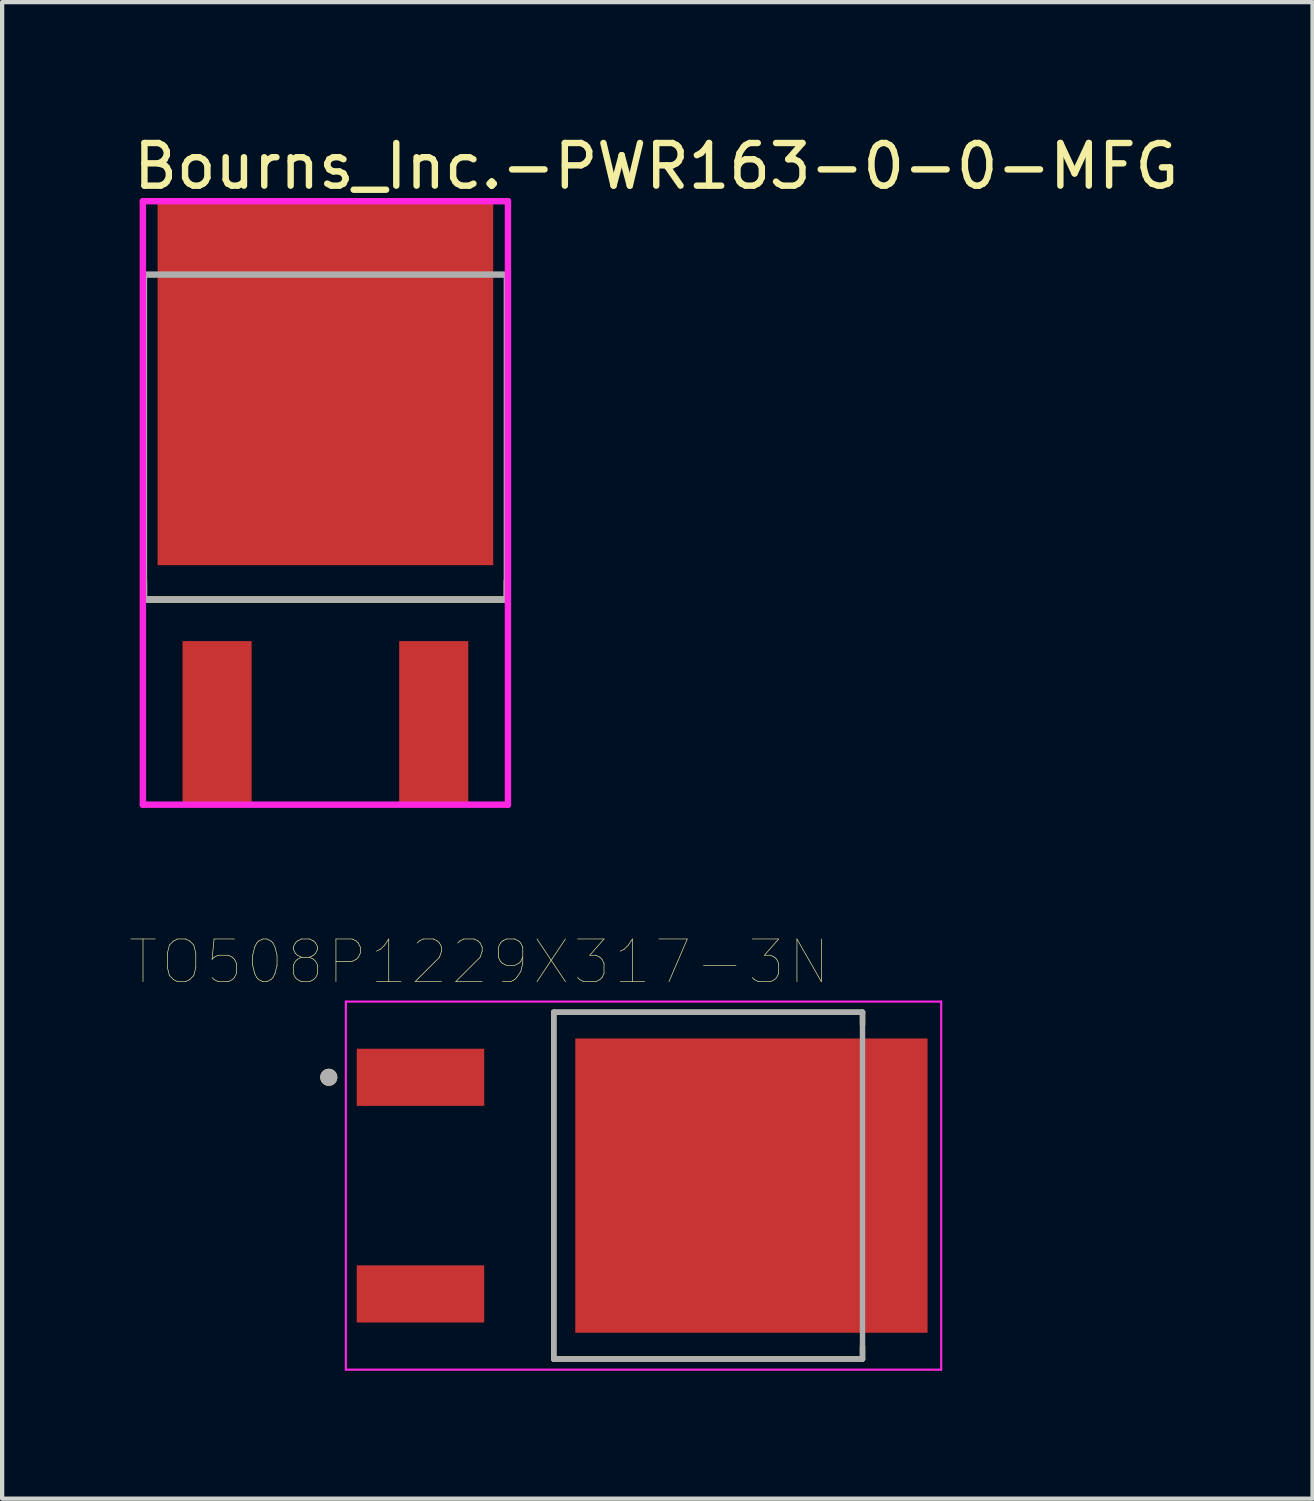
<source format=kicad_pcb>
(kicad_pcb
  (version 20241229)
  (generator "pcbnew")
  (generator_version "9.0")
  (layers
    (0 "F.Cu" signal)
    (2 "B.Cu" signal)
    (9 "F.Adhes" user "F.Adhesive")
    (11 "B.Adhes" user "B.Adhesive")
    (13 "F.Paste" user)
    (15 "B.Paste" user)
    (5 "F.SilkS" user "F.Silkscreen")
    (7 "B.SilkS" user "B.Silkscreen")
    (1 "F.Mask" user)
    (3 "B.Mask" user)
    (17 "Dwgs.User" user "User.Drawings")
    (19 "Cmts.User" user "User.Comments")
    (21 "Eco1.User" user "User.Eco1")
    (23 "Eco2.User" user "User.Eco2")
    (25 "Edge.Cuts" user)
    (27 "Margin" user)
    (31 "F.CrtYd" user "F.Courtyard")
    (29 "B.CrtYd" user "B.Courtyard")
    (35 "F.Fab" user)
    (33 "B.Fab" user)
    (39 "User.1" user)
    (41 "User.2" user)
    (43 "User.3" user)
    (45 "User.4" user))
  (footprint "TO508P1229X317-3N"
    (layer "F.Cu")
    (at 12.009 24.75)
    (property "Reference" "TO508P1229X317-3N" (at -3.825 -5.245 0) (layer "F.SilkS") (effects (font (size 1 1) (thickness 0.015))))
    (attr through_hole)
    (fp_line (start -2.075 -4.065) (end 5.165 -4.065) (stroke (width 0.127) (type solid)) (layer "F.SilkS"))
    (fp_line (start -2.075 4.065) (end -2.075 -4.065) (stroke (width 0.127) (type solid)) (layer "F.SilkS"))
    (fp_line (start 5.165 -4.065) (end 5.165 -3.77) (stroke (width 0.127) (type solid)) (layer "F.SilkS"))
    (fp_line (start 5.165 4.065) (end -2.075 4.065) (stroke (width 0.127) (type solid)) (layer "F.SilkS"))
    (fp_line (start 5.165 4.065) (end 5.165 3.77) (stroke (width 0.127) (type solid)) (layer "F.SilkS"))
    (fp_circle (center -7.35 -2.54) (end -7.25 -2.54) (stroke (width 0.2) (type solid)) (fill no) (layer "F.SilkS"))
    (fp_poly (pts (xy -1.235 -2.99) (xy 0.145 -2.99) (xy 0.145 -1.61) (xy -1.235 -1.61)) (stroke (width 0.01) (type solid)) (fill yes) (layer "F.Paste"))
    (fp_poly (pts (xy -1.235 -0.69) (xy 0.145 -0.69) (xy 0.145 0.69) (xy -1.235 0.69)) (stroke (width 0.01) (type solid)) (fill yes) (layer "F.Paste"))
    (fp_poly (pts (xy -1.235 1.61) (xy 0.145 1.61) (xy 0.145 2.99) (xy -1.235 2.99)) (stroke (width 0.01) (type solid)) (fill yes) (layer "F.Paste"))
    (fp_poly (pts (xy 0.835 -2.99) (xy 2.215 -2.99) (xy 2.215 -1.61) (xy 0.835 -1.61)) (stroke (width 0.01) (type solid)) (fill yes) (layer "F.Paste"))
    (fp_poly (pts (xy 0.835 -0.69) (xy 2.215 -0.69) (xy 2.215 0.69) (xy 0.835 0.69)) (stroke (width 0.01) (type solid)) (fill yes) (layer "F.Paste"))
    (fp_poly (pts (xy 0.835 1.61) (xy 2.215 1.61) (xy 2.215 2.99) (xy 0.835 2.99)) (stroke (width 0.01) (type solid)) (fill yes) (layer "F.Paste"))
    (fp_poly (pts (xy 2.905 -2.99) (xy 4.285 -2.99) (xy 4.285 -1.61) (xy 2.905 -1.61)) (stroke (width 0.01) (type solid)) (fill yes) (layer "F.Paste"))
    (fp_poly (pts (xy 2.905 -0.69) (xy 4.285 -0.69) (xy 4.285 0.69) (xy 2.905 0.69)) (stroke (width 0.01) (type solid)) (fill yes) (layer "F.Paste"))
    (fp_poly (pts (xy 2.905 1.61) (xy 4.285 1.61) (xy 4.285 2.99) (xy 2.905 2.99)) (stroke (width 0.01) (type solid)) (fill yes) (layer "F.Paste"))
    (fp_poly (pts (xy 4.975 -2.99) (xy 6.355 -2.99) (xy 6.355 -1.61) (xy 4.975 -1.61)) (stroke (width 0.01) (type solid)) (fill yes) (layer "F.Paste"))
    (fp_poly (pts (xy 4.975 -0.69) (xy 6.355 -0.69) (xy 6.355 0.69) (xy 4.975 0.69)) (stroke (width 0.01) (type solid)) (fill yes) (layer "F.Paste"))
    (fp_poly (pts (xy 4.975 1.61) (xy 6.355 1.61) (xy 6.355 2.99) (xy 4.975 2.99)) (stroke (width 0.01) (type solid)) (fill yes) (layer "F.Paste"))
    (fp_line (start -6.95 -4.315) (end 7.01 -4.315) (stroke (width 0.05) (type solid)) (layer "F.CrtYd"))
    (fp_line (start -6.95 4.315) (end -6.95 -4.315) (stroke (width 0.05) (type solid)) (layer "F.CrtYd"))
    (fp_line (start 7.01 -4.315) (end 7.01 4.315) (stroke (width 0.05) (type solid)) (layer "F.CrtYd"))
    (fp_line (start 7.01 4.315) (end -6.95 4.315) (stroke (width 0.05) (type solid)) (layer "F.CrtYd"))
    (fp_line (start -2.075 -4.065) (end 5.165 -4.065) (stroke (width 0.127) (type solid)) (layer "F.Fab"))
    (fp_line (start -2.075 4.065) (end -2.075 -4.065) (stroke (width 0.127) (type solid)) (layer "F.Fab"))
    (fp_line (start 5.165 -4.065) (end 5.165 4.065) (stroke (width 0.127) (type solid)) (layer "F.Fab"))
    (fp_line (start 5.165 4.065) (end -2.075 4.065) (stroke (width 0.127) (type solid)) (layer "F.Fab"))
    (fp_circle (center -7.35 -2.54) (end -7.25 -2.54) (stroke (width 0.2) (type solid)) (fill no) (layer "F.Fab"))
    (pad "1" smd rect (at -5.2 -2.54) (size 2.99 1.34) (layers "F.Cu" "F.Mask" "F.Paste"))
    (pad "2" smd rect (at -5.2 2.54) (size 2.99 1.34) (layers "F.Cu" "F.Mask" "F.Paste"))
    (pad "3" smd rect (at 2.56 0) (size 8.26 6.9) (layers "F.Cu" "F.Mask")))
  (footprint "Bourns_Inc.-PWR163-0-0-MFG"
    (layer "F.Cu")
    (at 4.58 8.743)
    (property "Reference" "Bourns_Inc.-PWR163-0-0-MFG" (at -4.58 -7.895 0) (layer "F.SilkS") (effects (font (size 1 1) (thickness 0.15)) (justify left)))
    (attr through_hole)
    (fp_line (start -4.255 2.265) (end -4.255 1.835) (stroke (width 0.15) (type solid)) (layer "F.SilkS"))
    (fp_line (start -4.255 2.265) (end 4.255 2.265) (stroke (width 0.15) (type solid)) (layer "F.SilkS"))
    (fp_line (start 4.255 2.265) (end 4.255 1.835) (stroke (width 0.15) (type solid)) (layer "F.SilkS"))
    (fp_line (start -4.28 -7.075) (end -4.28 7.075) (stroke (width 0.15) (type solid)) (layer "F.CrtYd"))
    (fp_line (start -4.28 7.075) (end 4.28 7.075) (stroke (width 0.15) (type solid)) (layer "F.CrtYd"))
    (fp_line (start 4.28 -7.075) (end -4.28 -7.075) (stroke (width 0.15) (type solid)) (layer "F.CrtYd"))
    (fp_line (start 4.28 -7.075) (end 4.28 -7.075) (stroke (width 0.15) (type solid)) (layer "F.CrtYd"))
    (fp_line (start 4.28 7.075) (end 4.28 -7.075) (stroke (width 0.15) (type solid)) (layer "F.CrtYd"))
    (fp_line (start -4.255 -5.355) (end 4.255 -5.355) (stroke (width 0.15) (type solid)) (layer "F.Fab"))
    (fp_line (start -4.255 2.265) (end -4.255 -5.355) (stroke (width 0.15) (type solid)) (layer "F.Fab"))
    (fp_line (start 4.255 -5.355) (end 4.255 2.265) (stroke (width 0.15) (type solid)) (layer "F.Fab"))
    (fp_line (start 4.255 2.265) (end -4.255 2.265) (stroke (width 0.15) (type solid)) (layer "F.Fab"))
    (pad "1" smd rect (at -2.54 5.145) (size 1.62 3.81) (layers "F.Cu" "F.Mask" "F.Paste"))
    (pad "2" smd rect (at 2.54 5.145) (size 1.62 3.81) (layers "F.Cu" "F.Mask" "F.Paste"))
    (pad "3" smd rect (at 0 -2.795) (size 7.87 8.51) (layers "F.Cu" "F.Mask" "F.Paste")))
  (gr_rect
    (start -3 -3)
    (end 27.726 32.09)
    (stroke (width 0.1) (type default))
    (fill no)
    (layer "Edge.Cuts")))
</source>
